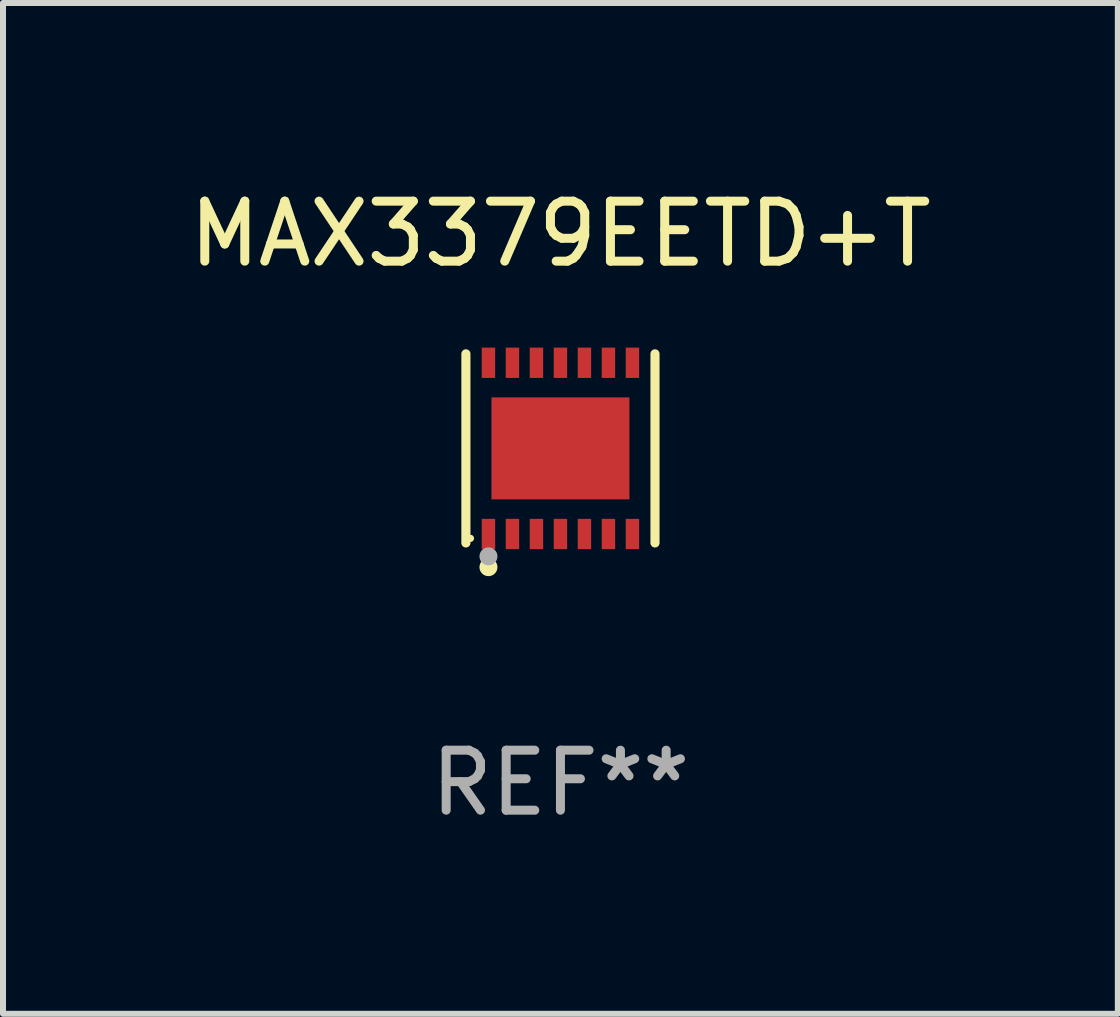
<source format=kicad_pcb>
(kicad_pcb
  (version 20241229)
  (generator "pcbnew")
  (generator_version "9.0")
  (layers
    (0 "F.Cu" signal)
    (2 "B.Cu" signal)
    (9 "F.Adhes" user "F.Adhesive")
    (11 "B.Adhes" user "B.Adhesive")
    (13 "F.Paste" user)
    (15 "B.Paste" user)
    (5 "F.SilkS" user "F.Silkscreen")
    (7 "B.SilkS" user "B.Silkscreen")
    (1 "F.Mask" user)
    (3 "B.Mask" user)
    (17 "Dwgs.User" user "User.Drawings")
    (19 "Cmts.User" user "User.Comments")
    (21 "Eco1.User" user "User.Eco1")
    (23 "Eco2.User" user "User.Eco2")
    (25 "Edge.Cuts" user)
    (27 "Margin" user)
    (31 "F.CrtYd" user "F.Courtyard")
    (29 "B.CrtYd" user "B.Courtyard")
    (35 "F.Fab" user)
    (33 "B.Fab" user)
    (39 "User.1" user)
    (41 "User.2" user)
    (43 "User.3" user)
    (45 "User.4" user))
  (footprint "MAX3379EETD+T"
    (layer "F.Cu")
    (at 6.292 4.424)
    (property "Reference" "MAX3379EETD+T" (at 0 -3.576 0) (layer "F.SilkS") (effects (font (size 1 1) (thickness 0.15))))
    (attr through_hole)
    (fp_line (start -1.576 1.576) (end -1.576 -1.576) (stroke (width 0.152) (type solid)) (layer "F.SilkS"))
    (fp_line (start 1.576 1.576) (end 1.576 -1.576) (stroke (width 0.152) (type solid)) (layer "F.SilkS"))
    (fp_circle (center -1.5 1.5) (end -1.47 1.5) (stroke (width 0.06) (type solid)) (fill no) (layer "F.SilkS"))
    (fp_circle (center -1.2 1.98) (end -1.125 1.98) (stroke (width 0.15) (type solid)) (fill no) (layer "F.SilkS"))
    (fp_circle (center -1.2 1.8) (end -1.125 1.8) (stroke (width 0.15) (type solid)) (fill no) (layer "F.Fab"))
    (fp_text user "REF**" (at 0 5.576 0) (layer "F.Fab") (effects (font (size 1 1) (thickness 0.15))))
    (pad "1" smd rect (at -1.2 1.427) (size 0.224 0.505) (layers "F.Cu" "F.Mask" "F.Paste"))
    (pad "2" smd rect (at -0.8 1.427) (size 0.224 0.505) (layers "F.Cu" "F.Mask" "F.Paste"))
    (pad "3" smd rect (at -0.4 1.427) (size 0.224 0.505) (layers "F.Cu" "F.Mask" "F.Paste"))
    (pad "4" smd rect (at 0 1.427) (size 0.224 0.505) (layers "F.Cu" "F.Mask" "F.Paste"))
    (pad "5" smd rect (at 0.4 1.427) (size 0.224 0.505) (layers "F.Cu" "F.Mask" "F.Paste"))
    (pad "6" smd rect (at 0.8 1.427) (size 0.224 0.505) (layers "F.Cu" "F.Mask" "F.Paste"))
    (pad "7" smd rect (at 1.2 1.427) (size 0.224 0.505) (layers "F.Cu" "F.Mask" "F.Paste"))
    (pad "8" smd rect (at 1.2 -1.427) (size 0.224 0.505) (layers "F.Cu" "F.Mask" "F.Paste"))
    (pad "9" smd rect (at 0.8 -1.427) (size 0.224 0.505) (layers "F.Cu" "F.Mask" "F.Paste"))
    (pad "10" smd rect (at 0.4 -1.427) (size 0.224 0.505) (layers "F.Cu" "F.Mask" "F.Paste"))
    (pad "11" smd rect (at 0 -1.427) (size 0.224 0.505) (layers "F.Cu" "F.Mask" "F.Paste"))
    (pad "12" smd rect (at -0.4 -1.427) (size 0.224 0.505) (layers "F.Cu" "F.Mask" "F.Paste"))
    (pad "13" smd rect (at -0.8 -1.427) (size 0.224 0.505) (layers "F.Cu" "F.Mask" "F.Paste"))
    (pad "14" smd rect (at -1.2 -1.427) (size 0.224 0.505) (layers "F.Cu" "F.Mask" "F.Paste"))
    (pad "15" smd rect (at 0 0) (size 2.3 1.7) (layers "F.Cu" "F.Mask" "F.Paste")))
  (gr_rect
    (start -3 -3)
    (end 15.583 13.849)
    (stroke (width 0.1) (type default))
    (fill no)
    (layer "Edge.Cuts")))
</source>
